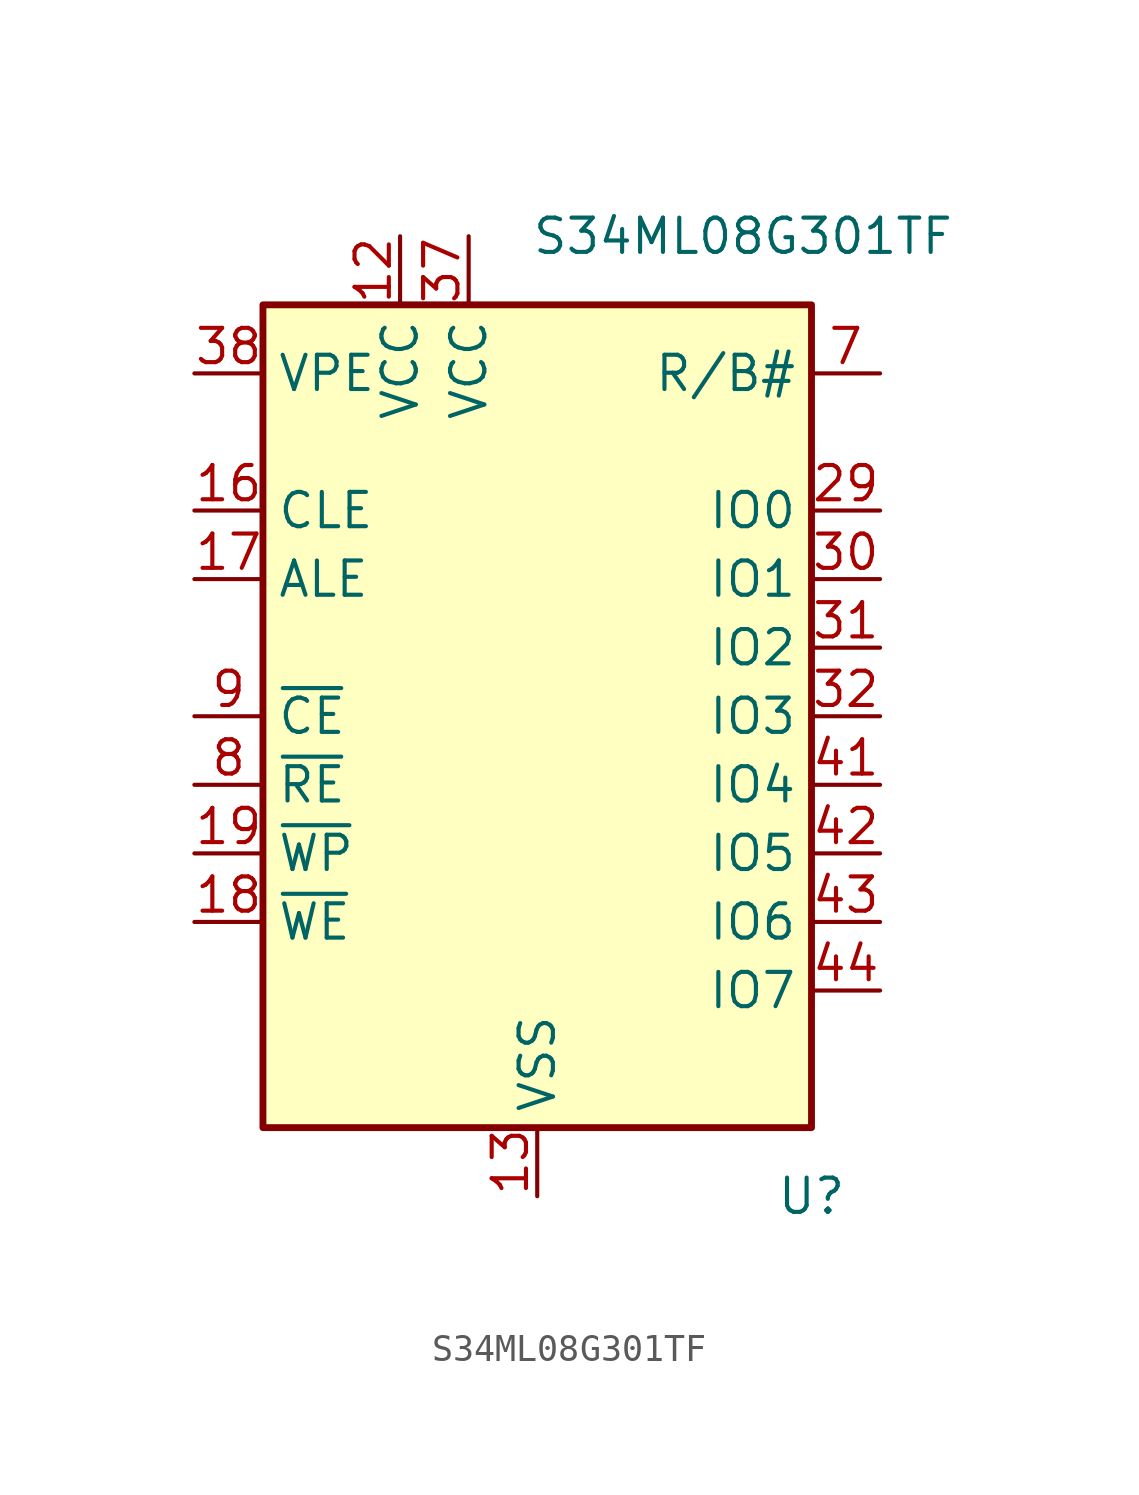
<source format=kicad_sym>
(kicad_symbol_lib
  (version 20211014)
  (generator kicad_symbol_editor)
  (symbol "S34ML08G301TF"
    (property "Reference" "U"
      (at 10.16 -17.78 0)
      (effects (font (size 1.27 1.27))))
    (property "Value" "S34ML08G301TF"
      (at 7.62 17.78 0)
      (effects (font (size 1.27 1.27))))
    (symbol "S34ML08G301TF_0_0"
      (pin input line (at -12.7 7.62 0) (length 2.54) (name "CLE" (effects (font (size 1.27 1.27)))) (number "16" (effects (font (size 1.27 1.27)))))
      (pin input line (at -12.7 5.08 0) (length 2.54) (name "ALE" (effects (font (size 1.27 1.27)))) (number "17" (effects (font (size 1.27 1.27)))))
      (pin input line (at -12.7 -7.62 0) (length 2.54) (name "~{WE}" (effects (font (size 1.27 1.27)))) (number "18" (effects (font (size 1.27 1.27)))))
      (pin input line (at -12.7 -5.08 0) (length 2.54) (name "~{WP}" (effects (font (size 1.27 1.27)))) (number "19" (effects (font (size 1.27 1.27)))))
      (pin tri_state line (at 12.7 7.62 180) (length 2.54) (name "IO0" (effects (font (size 1.27 1.27)))) (number "29" (effects (font (size 1.27 1.27)))))
      (pin tri_state line (at 12.7 5.08 180) (length 2.54) (name "IO1" (effects (font (size 1.27 1.27)))) (number "30" (effects (font (size 1.27 1.27)))))
      (pin tri_state line (at 12.7 2.54 180) (length 2.54) (name "IO2" (effects (font (size 1.27 1.27)))) (number "31" (effects (font (size 1.27 1.27)))))
      (pin tri_state line (at 12.7 0 180) (length 2.54) (name "IO3" (effects (font (size 1.27 1.27)))) (number "32" (effects (font (size 1.27 1.27)))))
      (pin input line (at -12.7 12.7 0) (length 2.54) (name "VPE" (effects (font (size 1.27 1.27)))) (number "38" (effects (font (size 1.27 1.27)))))
      (pin tri_state line (at 12.7 -2.54 180) (length 2.54) (name "IO4" (effects (font (size 1.27 1.27)))) (number "41" (effects (font (size 1.27 1.27)))))
      (pin tri_state line (at 12.7 -5.08 180) (length 2.54) (name "IO5" (effects (font (size 1.27 1.27)))) (number "42" (effects (font (size 1.27 1.27)))))
      (pin tri_state line (at 12.7 -7.62 180) (length 2.54) (name "IO6" (effects (font (size 1.27 1.27)))) (number "43" (effects (font (size 1.27 1.27)))))
      (pin tri_state line (at 12.7 -10.16 180) (length 2.54) (name "IO7" (effects (font (size 1.27 1.27)))) (number "44" (effects (font (size 1.27 1.27)))))
      (pin output line (at 12.7 12.7 180) (length 2.54) (name "R/B#" (effects (font (size 1.27 1.27)))) (number "7" (effects (font (size 1.27 1.27)))))
      (pin input line (at -12.7 -2.54 0) (length 2.54) (name "~{RE}" (effects (font (size 1.27 1.27)))) (number "8" (effects (font (size 1.27 1.27)))))
      (pin input line (at -12.7 0 0) (length 2.54) (name "~{CE}" (effects (font (size 1.27 1.27)))) (number "9" (effects (font (size 1.27 1.27))))))
    (symbol "S34ML08G301TF_0_1"
      (rectangle (start -10.16 15.24) (end 10.16 -15.24) (stroke (width 0.254) (type default) (color 0 0 0 0)) (fill (type background))))
    (symbol "S34ML08G301TF_1_1"
      (pin power_in line (at -5.08 17.78 270) (length 2.54) (name "VCC" (effects (font (size 1.27 1.27)))) (number "12" (effects (font (size 1.27 1.27)))))
      (pin power_in line (at 0 -17.78 90) (length 2.54) (name "VSS" (effects (font (size 1.27 1.27)))) (number "13" (effects (font (size 1.27 1.27)))))
      (pin passive line (at 0 -17.78 90) (length 2.54) hide (name "VSS" (effects (font (size 1.27 1.27)))) (number "25" (effects (font (size 1.27 1.27)))))
      (pin passive line (at 0 -17.78 90) (length 2.54) hide (name "VSS" (effects (font (size 1.27 1.27)))) (number "36" (effects (font (size 1.27 1.27)))))
      (pin passive line (at 0 -17.78 90) (length 2.54) hide (name "VSS" (effects (font (size 1.27 1.27)))) (number "36" (effects (font (size 1.27 1.27)))))
      (pin power_in line (at -2.54 17.78 270) (length 2.54) (name "VCC" (effects (font (size 1.27 1.27)))) (number "37" (effects (font (size 1.27 1.27))))))))
</source>
